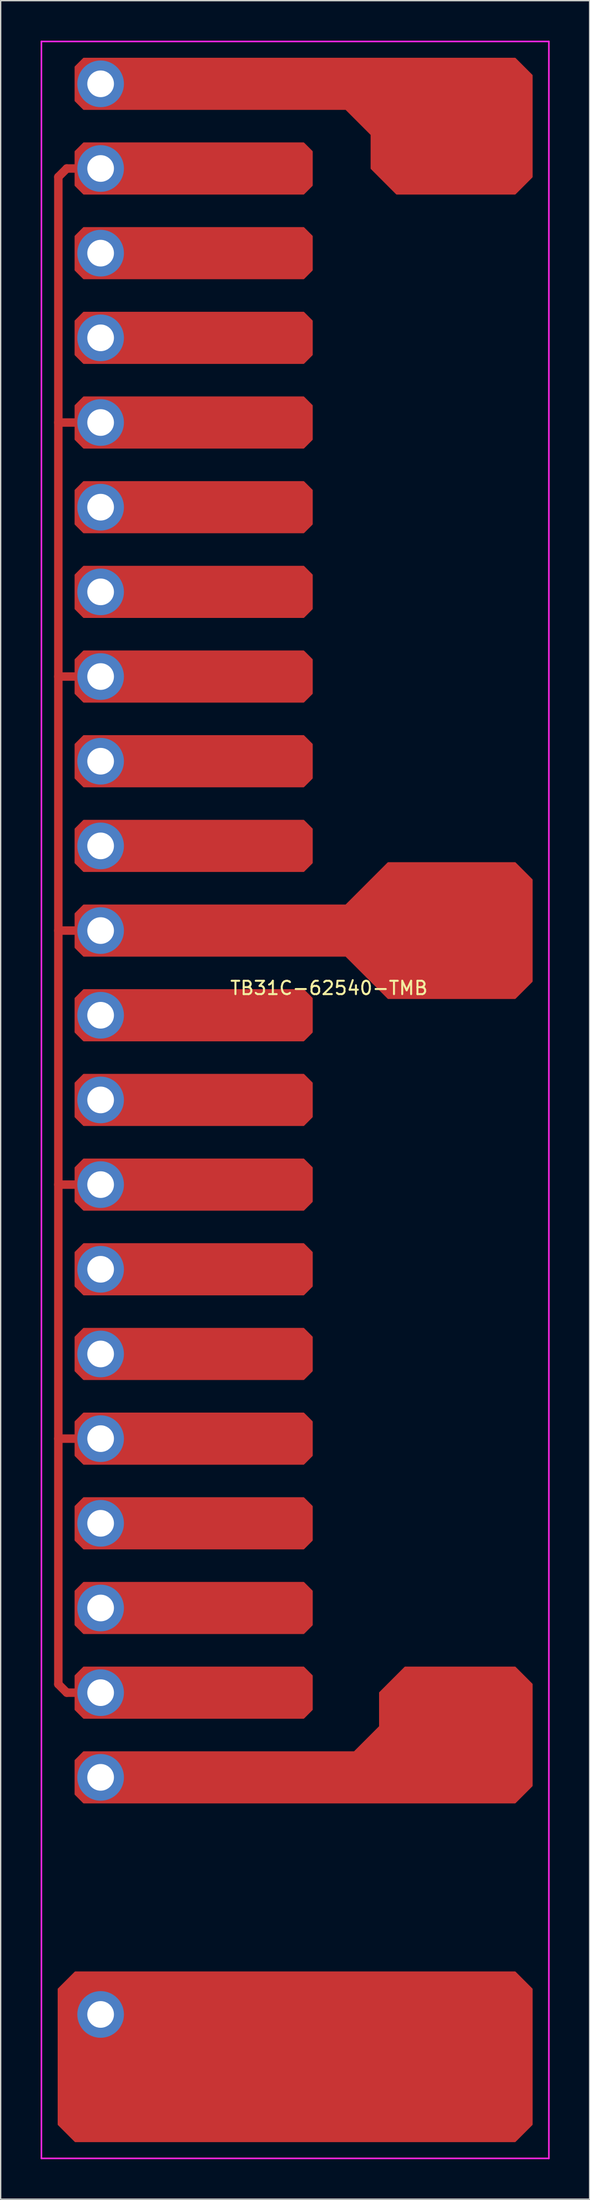
<source format=kicad_pcb>
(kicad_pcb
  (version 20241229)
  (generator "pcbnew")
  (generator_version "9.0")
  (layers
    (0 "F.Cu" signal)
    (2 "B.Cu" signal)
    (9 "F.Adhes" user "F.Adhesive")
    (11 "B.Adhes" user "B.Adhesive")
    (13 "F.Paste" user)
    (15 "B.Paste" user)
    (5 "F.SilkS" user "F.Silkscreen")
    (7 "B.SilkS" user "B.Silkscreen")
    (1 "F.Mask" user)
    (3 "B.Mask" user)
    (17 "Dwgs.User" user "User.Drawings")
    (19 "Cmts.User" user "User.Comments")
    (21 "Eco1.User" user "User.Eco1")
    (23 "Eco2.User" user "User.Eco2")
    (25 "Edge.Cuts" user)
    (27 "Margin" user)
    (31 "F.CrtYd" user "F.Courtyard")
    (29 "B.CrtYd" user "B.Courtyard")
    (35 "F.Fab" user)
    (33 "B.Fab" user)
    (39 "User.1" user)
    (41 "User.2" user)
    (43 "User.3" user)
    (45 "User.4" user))
  (footprint "TB31C-62540-TMB"
    (layer "F.Cu")
    (at 15.3 86.42)
    (property "Reference" "TB31C-62540-TMB" (at 6.35 -15.375 0) (layer "F.SilkS") (effects (font (size 1 1) (thickness 0.15))))
    (attr through_hole)
    (fp_line (start -13.97 -76.2) (end -13.97 36.83) (stroke (width 0.635) (type solid)) (layer "F.Cu"))
    (fp_line (start -13.97 -76.2) (end -13.335 -76.835) (stroke (width 0.635) (type solid)) (layer "F.Cu"))
    (fp_line (start -13.97 -57.785) (end -12.065 -57.785) (stroke (width 0.635) (type solid)) (layer "F.Cu"))
    (fp_line (start -13.97 -38.735) (end -12.065 -38.735) (stroke (width 0.635) (type solid)) (layer "F.Cu"))
    (fp_line (start -13.97 -19.685) (end -12.065 -19.685) (stroke (width 0.635) (type solid)) (layer "F.Cu"))
    (fp_line (start -13.97 -0.635) (end -12.065 -0.635) (stroke (width 0.635) (type solid)) (layer "F.Cu"))
    (fp_line (start -13.97 18.415) (end -12.065 18.415) (stroke (width 0.635) (type solid)) (layer "F.Cu"))
    (fp_line (start -13.97 36.83) (end -13.335 37.465) (stroke (width 0.635) (type solid)) (layer "F.Cu"))
    (fp_line (start -13.335 -76.835) (end -12.065 -76.835) (stroke (width 0.635) (type solid)) (layer "F.Cu"))
    (fp_line (start -13.335 37.465) (end -12.065 37.465) (stroke (width 0.635) (type solid)) (layer "F.Cu"))
    (fp_poly (pts (xy 5.08 -78.105) (xy 5.08 -75.565) (xy 4.445 -74.93) (xy -12.065 -74.93) (xy -12.7 -75.565) (xy -12.7 -78.105) (xy -12.065 -78.74) (xy 4.445 -78.74)) (stroke (width 0.1) (type solid)) (fill yes) (layer "F.Cu"))
    (fp_poly (pts (xy 5.08 -71.755) (xy 5.08 -69.215) (xy 4.445 -68.58) (xy -12.065 -68.58) (xy -12.7 -69.215) (xy -12.7 -71.755) (xy -12.065 -72.39) (xy 4.445 -72.39)) (stroke (width 0.1) (type solid)) (fill yes) (layer "F.Cu"))
    (fp_poly (pts (xy 5.08 -65.405) (xy 5.08 -62.865) (xy 4.445 -62.23) (xy -12.065 -62.23) (xy -12.7 -62.865) (xy -12.7 -65.405) (xy -12.065 -66.04) (xy 4.445 -66.04)) (stroke (width 0.1) (type solid)) (fill yes) (layer "F.Cu"))
    (fp_poly (pts (xy 5.08 -59.055) (xy 5.08 -56.515) (xy 4.445 -55.88) (xy -12.065 -55.88) (xy -12.7 -56.515) (xy -12.7 -59.055) (xy -12.065 -59.69) (xy 4.445 -59.69)) (stroke (width 0.1) (type solid)) (fill yes) (layer "F.Cu"))
    (fp_poly (pts (xy 5.08 -52.705) (xy 5.08 -50.165) (xy 4.445 -49.53) (xy -12.065 -49.53) (xy -12.7 -50.165) (xy -12.7 -52.705) (xy -12.065 -53.34) (xy 4.445 -53.34)) (stroke (width 0.1) (type solid)) (fill yes) (layer "F.Cu"))
    (fp_poly (pts (xy 5.08 -46.355) (xy 5.08 -43.815) (xy 4.445 -43.18) (xy -12.065 -43.18) (xy -12.7 -43.815) (xy -12.7 -46.355) (xy -12.065 -46.99) (xy 4.445 -46.99)) (stroke (width 0.1) (type solid)) (fill yes) (layer "F.Cu"))
    (fp_poly (pts (xy 5.08 -40.005) (xy 5.08 -37.465) (xy 4.445 -36.83) (xy -12.065 -36.83) (xy -12.7 -37.465) (xy -12.7 -40.005) (xy -12.065 -40.64) (xy 4.445 -40.64)) (stroke (width 0.1) (type solid)) (fill yes) (layer "F.Cu"))
    (fp_poly (pts (xy 5.08 -33.655) (xy 5.08 -31.115) (xy 4.445 -30.48) (xy -12.065 -30.48) (xy -12.7 -31.115) (xy -12.7 -33.655) (xy -12.065 -34.29) (xy 4.445 -34.29)) (stroke (width 0.1) (type solid)) (fill yes) (layer "F.Cu"))
    (fp_poly (pts (xy 5.08 -27.305) (xy 5.08 -24.765) (xy 4.445 -24.13) (xy -12.065 -24.13) (xy -12.7 -24.765) (xy -12.7 -27.305) (xy -12.065 -27.94) (xy 4.445 -27.94)) (stroke (width 0.1) (type solid)) (fill yes) (layer "F.Cu"))
    (fp_poly (pts (xy 5.08 -14.605) (xy 5.08 -12.065) (xy 4.445 -11.43) (xy -12.065 -11.43) (xy -12.7 -12.065) (xy -12.7 -14.605) (xy -12.065 -15.24) (xy 4.445 -15.24)) (stroke (width 0.1) (type solid)) (fill yes) (layer "F.Cu"))
    (fp_poly (pts (xy 5.08 -8.255) (xy 5.08 -5.715) (xy 4.445 -5.08) (xy -12.065 -5.08) (xy -12.7 -5.715) (xy -12.7 -8.255) (xy -12.065 -8.89) (xy 4.445 -8.89)) (stroke (width 0.1) (type solid)) (fill yes) (layer "F.Cu"))
    (fp_poly (pts (xy 5.08 -1.905) (xy 5.08 0.635) (xy 4.445 1.27) (xy -12.065 1.27) (xy -12.7 0.635) (xy -12.7 -1.905) (xy -12.065 -2.54) (xy 4.445 -2.54)) (stroke (width 0.1) (type solid)) (fill yes) (layer "F.Cu"))
    (fp_poly (pts (xy 5.08 4.445) (xy 5.08 6.985) (xy 4.445 7.62) (xy -12.065 7.62) (xy -12.7 6.985) (xy -12.7 4.445) (xy -12.065 3.81) (xy 4.445 3.81)) (stroke (width 0.1) (type solid)) (fill yes) (layer "F.Cu"))
    (fp_poly (pts (xy 5.08 10.795) (xy 5.08 13.335) (xy 4.445 13.97) (xy -12.065 13.97) (xy -12.7 13.335) (xy -12.7 10.795) (xy -12.065 10.16) (xy 4.445 10.16)) (stroke (width 0.1) (type solid)) (fill yes) (layer "F.Cu"))
    (fp_poly (pts (xy 5.08 17.145) (xy 5.08 19.685) (xy 4.445 20.32) (xy -12.065 20.32) (xy -12.7 19.685) (xy -12.7 17.145) (xy -12.065 16.51) (xy 4.445 16.51)) (stroke (width 0.1) (type solid)) (fill yes) (layer "F.Cu"))
    (fp_poly (pts (xy 5.08 23.495) (xy 5.08 26.035) (xy 4.445 26.67) (xy -12.065 26.67) (xy -12.7 26.035) (xy -12.7 23.495) (xy -12.065 22.86) (xy 4.445 22.86)) (stroke (width 0.1) (type solid)) (fill yes) (layer "F.Cu"))
    (fp_poly (pts (xy 5.08 29.845) (xy 5.08 32.385) (xy 4.445 33.02) (xy -12.065 33.02) (xy -12.7 32.385) (xy -12.7 29.845) (xy -12.065 29.21) (xy 4.445 29.21)) (stroke (width 0.1) (type solid)) (fill yes) (layer "F.Cu"))
    (fp_poly (pts (xy 5.08 36.195) (xy 5.08 38.735) (xy 4.445 39.37) (xy -12.065 39.37) (xy -12.7 38.735) (xy -12.7 36.195) (xy -12.065 35.56) (xy 4.445 35.56)) (stroke (width 0.1) (type solid)) (fill yes) (layer "F.Cu"))
    (fp_poly (pts (xy 21.59 59.69) (xy 21.59 69.85) (xy 20.32 71.12) (xy -12.7 71.12) (xy -13.97 69.85) (xy -13.97 59.69) (xy -12.7 58.42) (xy 20.32 58.42)) (stroke (width 0.1) (type solid)) (fill yes) (layer "F.Cu"))
    (fp_poly (pts (xy 21.59 -83.82) (xy 21.59 -76.2) (xy 20.32 -74.93) (xy 11.43 -74.93) (xy 9.525 -76.835) (xy 9.525 -79.375) (xy 7.62 -81.28) (xy -12.065 -81.28) (xy -12.7 -81.915) (xy -12.7 -84.455) (xy -12.065 -85.09) (xy 20.32 -85.09)) (stroke (width 0.1) (type solid)) (fill yes) (layer "F.Cu"))
    (fp_poly (pts (xy 21.59 -23.495) (xy 21.59 -15.875) (xy 20.32 -14.605) (xy 10.795 -14.605) (xy 7.62 -17.78) (xy -12.065 -17.78) (xy -12.7 -18.415) (xy -12.7 -20.955) (xy -12.065 -21.59) (xy 7.62 -21.59) (xy 10.795 -24.765) (xy 20.32 -24.765)) (stroke (width 0.1) (type solid)) (fill yes) (layer "F.Cu"))
    (fp_poly (pts (xy 21.59 36.83) (xy 21.59 44.45) (xy 20.32 45.72) (xy -12.065 45.72) (xy -12.7 45.085) (xy -12.7 42.545) (xy -12.065 41.91) (xy 8.255 41.91) (xy 10.16 40.005) (xy 10.16 37.465) (xy 12.065 35.56) (xy 20.32 35.56)) (stroke (width 0.1) (type solid)) (fill yes) (layer "F.Cu"))
    (fp_poly (pts (xy 4.889 -78.041) (xy 4.889 -75.629) (xy 4.381 -75.121) (xy -12.002 -75.121) (xy -12.509 -75.629) (xy -12.509 -78.041) (xy -12.002 -78.549) (xy 4.381 -78.549)) (stroke (width 0.1) (type solid)) (fill yes) (layer "F.Mask"))
    (fp_poly (pts (xy 4.889 -71.692) (xy 4.889 -69.278) (xy 4.381 -68.77) (xy -12.002 -68.77) (xy -12.509 -69.278) (xy -12.509 -71.692) (xy -12.002 -72.2) (xy 4.381 -72.2)) (stroke (width 0.1) (type solid)) (fill yes) (layer "F.Mask"))
    (fp_poly (pts (xy 4.889 -65.341) (xy 4.889 -62.928) (xy 4.381 -62.42) (xy -12.002 -62.42) (xy -12.509 -62.928) (xy -12.509 -65.341) (xy -12.002 -65.85) (xy 4.381 -65.85)) (stroke (width 0.1) (type solid)) (fill yes) (layer "F.Mask"))
    (fp_poly (pts (xy 4.889 -58.992) (xy 4.889 -56.578) (xy 4.381 -56.071) (xy -12.002 -56.071) (xy -12.509 -56.578) (xy -12.509 -58.992) (xy -12.002 -59.499) (xy 4.381 -59.499)) (stroke (width 0.1) (type solid)) (fill yes) (layer "F.Mask"))
    (fp_poly (pts (xy 4.889 -52.642) (xy 4.889 -50.228) (xy 4.381 -49.721) (xy -12.002 -49.721) (xy -12.509 -50.228) (xy -12.509 -52.642) (xy -12.002 -53.15) (xy 4.381 -53.15)) (stroke (width 0.1) (type solid)) (fill yes) (layer "F.Mask"))
    (fp_poly (pts (xy 4.889 -46.291) (xy 4.889 -43.879) (xy 4.381 -43.37) (xy -12.002 -43.37) (xy -12.509 -43.879) (xy -12.509 -46.291) (xy -12.002 -46.8) (xy 4.381 -46.8)) (stroke (width 0.1) (type solid)) (fill yes) (layer "F.Mask"))
    (fp_poly (pts (xy 4.889 -39.941) (xy 4.889 -37.529) (xy 4.381 -37.02) (xy -12.002 -37.02) (xy -12.509 -37.529) (xy -12.509 -39.941) (xy -12.002 -40.45) (xy 4.381 -40.45)) (stroke (width 0.1) (type solid)) (fill yes) (layer "F.Mask"))
    (fp_poly (pts (xy 4.889 -33.592) (xy 4.889 -31.178) (xy 4.381 -30.671) (xy -12.002 -30.671) (xy -12.509 -31.178) (xy -12.509 -33.592) (xy -12.002 -34.099) (xy 4.381 -34.099)) (stroke (width 0.1) (type solid)) (fill yes) (layer "F.Mask"))
    (fp_poly (pts (xy 4.889 -27.241) (xy 4.889 -24.828) (xy 4.381 -24.32) (xy -12.002 -24.32) (xy -12.509 -24.828) (xy -12.509 -27.241) (xy -12.002 -27.75) (xy 4.381 -27.75)) (stroke (width 0.1) (type solid)) (fill yes) (layer "F.Mask"))
    (fp_poly (pts (xy 4.889 -14.541) (xy 4.889 -12.129) (xy 4.381 -11.62) (xy -12.002 -11.62) (xy -12.509 -12.129) (xy -12.509 -14.541) (xy -12.002 -15.05) (xy 4.381 -15.05)) (stroke (width 0.1) (type solid)) (fill yes) (layer "F.Mask"))
    (fp_poly (pts (xy 4.889 -8.191) (xy 4.889 -5.779) (xy 4.381 -5.271) (xy -12.002 -5.271) (xy -12.509 -5.779) (xy -12.509 -8.191) (xy -12.002 -8.7) (xy 4.381 -8.7)) (stroke (width 0.1) (type solid)) (fill yes) (layer "F.Mask"))
    (fp_poly (pts (xy 4.889 -1.841) (xy 4.889 0.572) (xy 4.381 1.079) (xy -12.002 1.079) (xy -12.509 0.572) (xy -12.509 -1.841) (xy -12.002 -2.349) (xy 4.381 -2.349)) (stroke (width 0.1) (type solid)) (fill yes) (layer "F.Mask"))
    (fp_poly (pts (xy 4.889 4.508) (xy 4.889 6.921) (xy 4.381 7.429) (xy -12.002 7.429) (xy -12.509 6.921) (xy -12.509 4.508) (xy -12.002 4) (xy 4.381 4)) (stroke (width 0.1) (type solid)) (fill yes) (layer "F.Mask"))
    (fp_poly (pts (xy 4.889 10.858) (xy 4.889 13.271) (xy 4.381 13.78) (xy -12.002 13.78) (xy -12.509 13.271) (xy -12.509 10.858) (xy -12.002 10.351) (xy 4.381 10.351)) (stroke (width 0.1) (type solid)) (fill yes) (layer "F.Mask"))
    (fp_poly (pts (xy 4.889 17.209) (xy 4.889 19.622) (xy 4.381 20.13) (xy -12.002 20.13) (xy -12.509 19.622) (xy -12.509 17.209) (xy -12.002 16.701) (xy 4.381 16.701)) (stroke (width 0.1) (type solid)) (fill yes) (layer "F.Mask"))
    (fp_poly (pts (xy 4.889 23.558) (xy 4.889 25.971) (xy 4.381 26.48) (xy -12.002 26.48) (xy -12.509 25.971) (xy -12.509 23.558) (xy -12.002 23.05) (xy 4.381 23.05)) (stroke (width 0.1) (type solid)) (fill yes) (layer "F.Mask"))
    (fp_poly (pts (xy 4.889 29.909) (xy 4.889 32.322) (xy 4.381 32.83) (xy -12.002 32.83) (xy -12.509 32.322) (xy -12.509 29.909) (xy -12.002 29.401) (xy 4.381 29.401)) (stroke (width 0.1) (type solid)) (fill yes) (layer "F.Mask"))
    (fp_poly (pts (xy 4.889 36.258) (xy 4.889 38.672) (xy 4.381 39.179) (xy -12.002 39.179) (xy -12.509 38.672) (xy -12.509 36.258) (xy -12.002 35.751) (xy 4.381 35.751)) (stroke (width 0.1) (type solid)) (fill yes) (layer "F.Mask"))
    (fp_poly (pts (xy 21.399 59.754) (xy 21.399 69.787) (xy 20.256 70.93) (xy -12.636 70.93) (xy -13.78 69.787) (xy -13.78 59.754) (xy -12.636 58.611) (xy 20.256 58.611)) (stroke (width 0.1) (type solid)) (fill yes) (layer "F.Mask"))
    (fp_poly (pts (xy 21.399 -83.757) (xy 21.399 -76.263) (xy 20.256 -75.121) (xy 11.493 -75.121) (xy 9.716 -76.898) (xy 9.716 -79.439) (xy 7.684 -81.471) (xy -12.002 -81.471) (xy -12.509 -81.978) (xy -12.509 -84.391) (xy -12.002 -84.9) (xy 20.256 -84.9)) (stroke (width 0.1) (type solid)) (fill yes) (layer "F.Mask"))
    (fp_poly (pts (xy 21.399 -23.431) (xy 21.399 -15.938) (xy 20.256 -14.796) (xy 10.858 -14.796) (xy 7.684 -17.971) (xy -12.002 -17.971) (xy -12.509 -18.479) (xy -12.509 -20.892) (xy -12.002 -21.399) (xy 7.684 -21.399) (xy 10.858 -24.575) (xy 20.256 -24.575)) (stroke (width 0.1) (type solid)) (fill yes) (layer "F.Mask"))
    (fp_poly (pts (xy 21.399 36.894) (xy 21.399 44.386) (xy 20.256 45.529) (xy -12.002 45.529) (xy -12.509 45.022) (xy -12.509 42.608) (xy -12.002 42.1) (xy 8.319 42.1) (xy 10.351 40.069) (xy 10.351 37.529) (xy 12.129 35.751) (xy 20.256 35.751)) (stroke (width 0.1) (type solid)) (fill yes) (layer "F.Mask"))
    (fp_line (start -15.24 -86.36) (end -15.24 72.39) (stroke (width 0.12) (type solid)) (layer "F.CrtYd"))
    (fp_line (start -15.24 72.39) (end 22.86 72.39) (stroke (width 0.12) (type solid)) (layer "F.CrtYd"))
    (fp_line (start 22.86 -86.36) (end -15.24 -86.36) (stroke (width 0.12) (type solid)) (layer "F.CrtYd"))
    (fp_line (start 22.86 72.39) (end 22.86 -86.36) (stroke (width 0.12) (type solid)) (layer "F.CrtYd"))
    (pad "1" thru_hole circle (at -10.795 -70.485) (size 3.5 3.5) (drill 2) (layers "*.Cu" "B.Mask"))
    (pad "1" thru_hole circle (at -10.795 -51.435) (size 3.5 3.5) (drill 2) (layers "*.Cu" "B.Mask"))
    (pad "1" thru_hole circle (at -10.795 -32.385) (size 3.5 3.5) (drill 2) (layers "*.Cu" "B.Mask"))
    (pad "1" thru_hole circle (at -10.795 -13.335) (size 3.5 3.5) (drill 2) (layers "*.Cu" "B.Mask"))
    (pad "1" thru_hole circle (at -10.795 5.715) (size 3.5 3.5) (drill 2) (layers "*.Cu" "B.Mask"))
    (pad "1" thru_hole circle (at -10.795 24.765) (size 3.5 3.5) (drill 2) (layers "*.Cu" "B.Mask"))
    (pad "1" thru_hole circle (at -10.795 43.815) (size 3.5 3.5) (drill 2) (layers "*.Cu" "B.Mask"))
    (pad "2" thru_hole circle (at -10.795 -76.835) (size 3.5 3.5) (drill 2) (layers "*.Cu" "B.Mask"))
    (pad "2" thru_hole circle (at -10.795 -57.785) (size 3.5 3.5) (drill 2) (layers "*.Cu" "B.Mask"))
    (pad "2" thru_hole circle (at -10.795 -38.735) (size 3.5 3.5) (drill 2) (layers "*.Cu" "B.Mask"))
    (pad "2" thru_hole circle (at -10.795 -19.685) (size 3.5 3.5) (drill 2) (layers "*.Cu" "B.Mask"))
    (pad "2" thru_hole circle (at -10.795 -0.635) (size 3.5 3.5) (drill 2) (layers "*.Cu" "B.Mask"))
    (pad "2" thru_hole circle (at -10.795 18.415) (size 3.5 3.5) (drill 2) (layers "*.Cu" "B.Mask"))
    (pad "2" thru_hole circle (at -10.795 37.465) (size 3.5 3.5) (drill 2) (layers "*.Cu" "B.Mask"))
    (pad "3" thru_hole circle (at -10.795 -83.185) (size 3.5 3.5) (drill 2) (layers "*.Cu" "B.Mask"))
    (pad "3" thru_hole circle (at -10.795 -64.135) (size 3.5 3.5) (drill 2) (layers "*.Cu" "B.Mask"))
    (pad "3" thru_hole circle (at -10.795 -45.085) (size 3.5 3.5) (drill 2) (layers "*.Cu" "B.Mask"))
    (pad "3" thru_hole circle (at -10.795 -26.035) (size 3.5 3.5) (drill 2) (layers "*.Cu" "B.Mask"))
    (pad "3" thru_hole circle (at -10.795 -6.985) (size 3.5 3.5) (drill 2) (layers "*.Cu" "B.Mask"))
    (pad "3" thru_hole circle (at -10.795 12.065) (size 3.5 3.5) (drill 2) (layers "*.Cu" "B.Mask"))
    (pad "3" thru_hole circle (at -10.795 31.115) (size 3.5 3.5) (drill 2) (layers "*.Cu" "B.Mask"))
    (pad "4" thru_hole circle (at -10.795 61.595) (size 3.5 3.5) (drill 2) (layers "*.Cu" "B.Mask")))
  (gr_rect
    (start -3 -3)
    (end 41.22 161.87)
    (stroke (width 0.1) (type default))
    (fill no)
    (layer "Edge.Cuts")))
</source>
